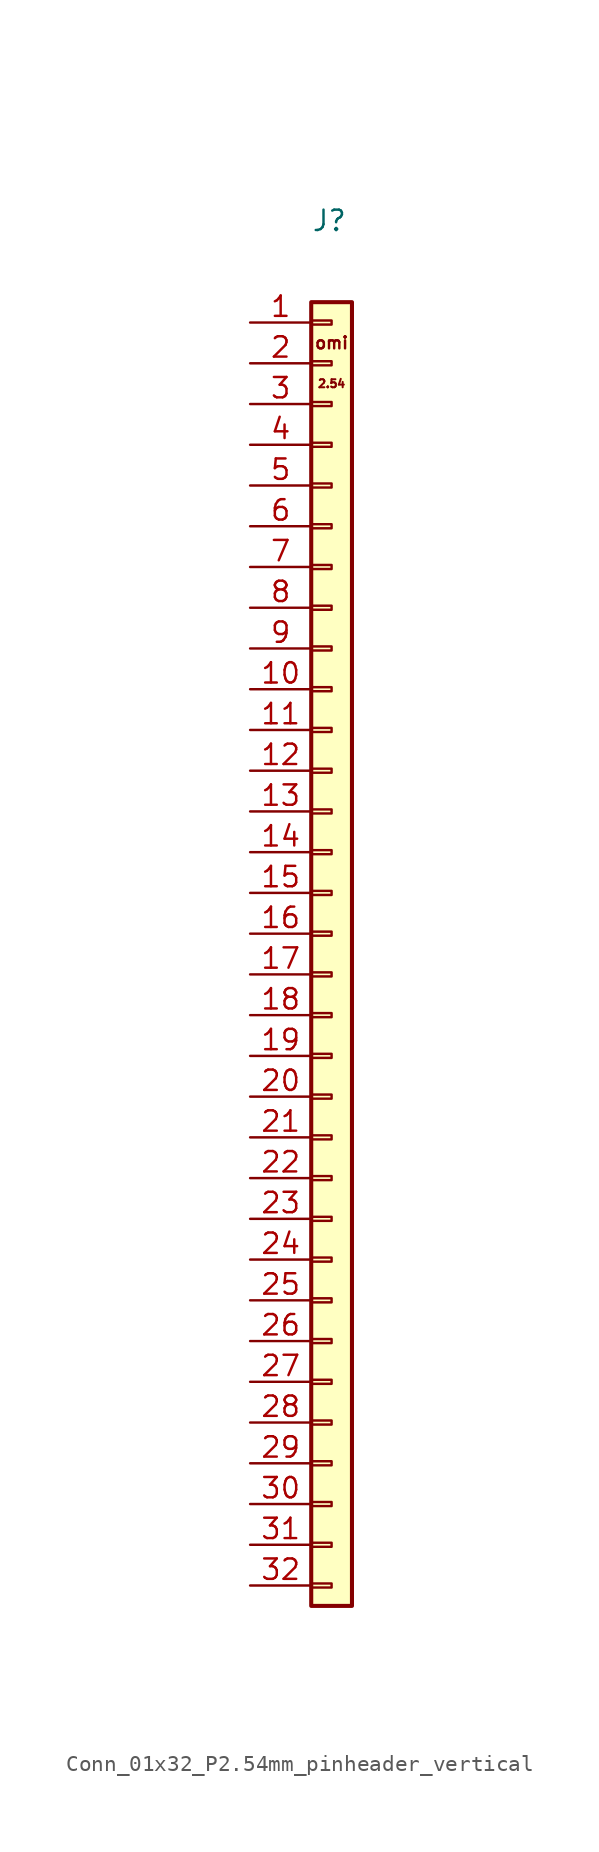
<source format=kicad_sym>
(kicad_symbol_lib
  (version 20220914)
  (generator kicad_symbol_editor)
  (symbol "Conn_01x32_P2.54mm_pinheader_vertical"
    (pin_names
      (offset 1.016) hide)
    (property "Reference" "J"
      (at -1.27 44.45 0)
      (effects (font (size 1.27 1.27)) (justify left)))
    (symbol "Conn_01x32_P2.54mm_pinheader_vertical_1_1"
      (rectangle (start -1.27 -40.513) (end 0 -40.767) (stroke (width 0.152) (type default)) (fill (type none)))
      (rectangle (start -1.27 -37.973) (end 0 -38.227) (stroke (width 0.152) (type default)) (fill (type none)))
      (rectangle (start -1.27 -35.433) (end 0 -35.687) (stroke (width 0.152) (type default)) (fill (type none)))
      (rectangle (start -1.27 -32.893) (end 0 -33.147) (stroke (width 0.152) (type default)) (fill (type none)))
      (rectangle (start -1.27 -30.353) (end 0 -30.607) (stroke (width 0.152) (type default)) (fill (type none)))
      (rectangle (start -1.27 -27.813) (end 0 -28.067) (stroke (width 0.152) (type default)) (fill (type none)))
      (rectangle (start -1.27 -25.273) (end 0 -25.527) (stroke (width 0.152) (type default)) (fill (type none)))
      (rectangle (start -1.27 -22.733) (end 0 -22.987) (stroke (width 0.152) (type default)) (fill (type none)))
      (rectangle (start -1.27 -20.193) (end 0 -20.447) (stroke (width 0.152) (type default)) (fill (type none)))
      (rectangle (start -1.27 -17.653) (end 0 -17.907) (stroke (width 0.152) (type default)) (fill (type none)))
      (rectangle (start -1.27 -15.113) (end 0 -15.367) (stroke (width 0.152) (type default)) (fill (type none)))
      (rectangle (start -1.27 -12.573) (end 0 -12.827) (stroke (width 0.152) (type default)) (fill (type none)))
      (rectangle (start -1.27 -10.033) (end 0 -10.287) (stroke (width 0.152) (type default)) (fill (type none)))
      (rectangle (start -1.27 -7.493) (end 0 -7.747) (stroke (width 0.152) (type default)) (fill (type none)))
      (rectangle (start -1.27 -4.953) (end 0 -5.207) (stroke (width 0.152) (type default)) (fill (type none)))
      (rectangle (start -1.27 -2.413) (end 0 -2.667) (stroke (width 0.152) (type default)) (fill (type none)))
      (rectangle (start -1.27 0.127) (end 0 -0.127) (stroke (width 0.152) (type default)) (fill (type none)))
      (rectangle (start -1.27 2.667) (end 0 2.413) (stroke (width 0.152) (type default)) (fill (type none)))
      (rectangle (start -1.27 5.207) (end 0 4.953) (stroke (width 0.152) (type default)) (fill (type none)))
      (rectangle (start -1.27 7.747) (end 0 7.493) (stroke (width 0.152) (type default)) (fill (type none)))
      (rectangle (start -1.27 10.287) (end 0 10.033) (stroke (width 0.152) (type default)) (fill (type none)))
      (rectangle (start -1.27 12.827) (end 0 12.573) (stroke (width 0.152) (type default)) (fill (type none)))
      (rectangle (start -1.27 15.367) (end 0 15.113) (stroke (width 0.152) (type default)) (fill (type none)))
      (rectangle (start -1.27 17.907) (end 0 17.653) (stroke (width 0.152) (type default)) (fill (type none)))
      (rectangle (start -1.27 20.447) (end 0 20.193) (stroke (width 0.152) (type default)) (fill (type none)))
      (rectangle (start -1.27 22.987) (end 0 22.733) (stroke (width 0.152) (type default)) (fill (type none)))
      (rectangle (start -1.27 25.527) (end 0 25.273) (stroke (width 0.152) (type default)) (fill (type none)))
      (rectangle (start -1.27 28.067) (end 0 27.813) (stroke (width 0.152) (type default)) (fill (type none)))
      (rectangle (start -1.27 30.607) (end 0 30.353) (stroke (width 0.152) (type default)) (fill (type none)))
      (rectangle (start -1.27 33.147) (end 0 32.893) (stroke (width 0.152) (type default)) (fill (type none)))
      (rectangle (start -1.27 35.687) (end 0 35.433) (stroke (width 0.152) (type default)) (fill (type none)))
      (rectangle (start -1.27 38.227) (end 0 37.973) (stroke (width 0.152) (type default)) (fill (type none)))
      (rectangle (start -1.27 39.37) (end 1.27 -41.91) (stroke (width 0.254) (type default)) (fill (type background)))
      (text "2.54" (at 0 34.29 0) (effects (font (size 0.5 0.5))))
      (text "omi" (at 0 36.83 0) (effects (font (size 0.75 0.75))))
      (pin passive line (at -5.08 38.1 0) (length 3.81) (name "Pin_1" (effects (font (size 1.27 1.27)))) (number "1" (effects (font (size 1.27 1.27)))))
      (pin passive line (at -5.08 15.24 0) (length 3.81) (name "Pin_10" (effects (font (size 1.27 1.27)))) (number "10" (effects (font (size 1.27 1.27)))))
      (pin passive line (at -5.08 12.7 0) (length 3.81) (name "Pin_11" (effects (font (size 1.27 1.27)))) (number "11" (effects (font (size 1.27 1.27)))))
      (pin passive line (at -5.08 10.16 0) (length 3.81) (name "Pin_12" (effects (font (size 1.27 1.27)))) (number "12" (effects (font (size 1.27 1.27)))))
      (pin passive line (at -5.08 7.62 0) (length 3.81) (name "Pin_13" (effects (font (size 1.27 1.27)))) (number "13" (effects (font (size 1.27 1.27)))))
      (pin passive line (at -5.08 5.08 0) (length 3.81) (name "Pin_14" (effects (font (size 1.27 1.27)))) (number "14" (effects (font (size 1.27 1.27)))))
      (pin passive line (at -5.08 2.54 0) (length 3.81) (name "Pin_15" (effects (font (size 1.27 1.27)))) (number "15" (effects (font (size 1.27 1.27)))))
      (pin passive line (at -5.08 0 0) (length 3.81) (name "Pin_16" (effects (font (size 1.27 1.27)))) (number "16" (effects (font (size 1.27 1.27)))))
      (pin passive line (at -5.08 -2.54 0) (length 3.81) (name "Pin_17" (effects (font (size 1.27 1.27)))) (number "17" (effects (font (size 1.27 1.27)))))
      (pin passive line (at -5.08 -5.08 0) (length 3.81) (name "Pin_18" (effects (font (size 1.27 1.27)))) (number "18" (effects (font (size 1.27 1.27)))))
      (pin passive line (at -5.08 -7.62 0) (length 3.81) (name "Pin_19" (effects (font (size 1.27 1.27)))) (number "19" (effects (font (size 1.27 1.27)))))
      (pin passive line (at -5.08 35.56 0) (length 3.81) (name "Pin_2" (effects (font (size 1.27 1.27)))) (number "2" (effects (font (size 1.27 1.27)))))
      (pin passive line (at -5.08 -10.16 0) (length 3.81) (name "Pin_20" (effects (font (size 1.27 1.27)))) (number "20" (effects (font (size 1.27 1.27)))))
      (pin passive line (at -5.08 -12.7 0) (length 3.81) (name "Pin_21" (effects (font (size 1.27 1.27)))) (number "21" (effects (font (size 1.27 1.27)))))
      (pin passive line (at -5.08 -15.24 0) (length 3.81) (name "Pin_22" (effects (font (size 1.27 1.27)))) (number "22" (effects (font (size 1.27 1.27)))))
      (pin passive line (at -5.08 -17.78 0) (length 3.81) (name "Pin_23" (effects (font (size 1.27 1.27)))) (number "23" (effects (font (size 1.27 1.27)))))
      (pin passive line (at -5.08 -20.32 0) (length 3.81) (name "Pin_24" (effects (font (size 1.27 1.27)))) (number "24" (effects (font (size 1.27 1.27)))))
      (pin passive line (at -5.08 -22.86 0) (length 3.81) (name "Pin_25" (effects (font (size 1.27 1.27)))) (number "25" (effects (font (size 1.27 1.27)))))
      (pin passive line (at -5.08 -25.4 0) (length 3.81) (name "Pin_26" (effects (font (size 1.27 1.27)))) (number "26" (effects (font (size 1.27 1.27)))))
      (pin passive line (at -5.08 -27.94 0) (length 3.81) (name "Pin_27" (effects (font (size 1.27 1.27)))) (number "27" (effects (font (size 1.27 1.27)))))
      (pin passive line (at -5.08 -30.48 0) (length 3.81) (name "Pin_28" (effects (font (size 1.27 1.27)))) (number "28" (effects (font (size 1.27 1.27)))))
      (pin passive line (at -5.08 -33.02 0) (length 3.81) (name "Pin_29" (effects (font (size 1.27 1.27)))) (number "29" (effects (font (size 1.27 1.27)))))
      (pin passive line (at -5.08 33.02 0) (length 3.81) (name "Pin_3" (effects (font (size 1.27 1.27)))) (number "3" (effects (font (size 1.27 1.27)))))
      (pin passive line (at -5.08 -35.56 0) (length 3.81) (name "Pin_30" (effects (font (size 1.27 1.27)))) (number "30" (effects (font (size 1.27 1.27)))))
      (pin passive line (at -5.08 -38.1 0) (length 3.81) (name "Pin_31" (effects (font (size 1.27 1.27)))) (number "31" (effects (font (size 1.27 1.27)))))
      (pin passive line (at -5.08 -40.64 0) (length 3.81) (name "Pin_32" (effects (font (size 1.27 1.27)))) (number "32" (effects (font (size 1.27 1.27)))))
      (pin passive line (at -5.08 30.48 0) (length 3.81) (name "Pin_4" (effects (font (size 1.27 1.27)))) (number "4" (effects (font (size 1.27 1.27)))))
      (pin passive line (at -5.08 27.94 0) (length 3.81) (name "Pin_5" (effects (font (size 1.27 1.27)))) (number "5" (effects (font (size 1.27 1.27)))))
      (pin passive line (at -5.08 25.4 0) (length 3.81) (name "Pin_6" (effects (font (size 1.27 1.27)))) (number "6" (effects (font (size 1.27 1.27)))))
      (pin passive line (at -5.08 22.86 0) (length 3.81) (name "Pin_7" (effects (font (size 1.27 1.27)))) (number "7" (effects (font (size 1.27 1.27)))))
      (pin passive line (at -5.08 20.32 0) (length 3.81) (name "Pin_8" (effects (font (size 1.27 1.27)))) (number "8" (effects (font (size 1.27 1.27)))))
      (pin passive line (at -5.08 17.78 0) (length 3.81) (name "Pin_9" (effects (font (size 1.27 1.27)))) (number "9" (effects (font (size 1.27 1.27))))))))
</source>
